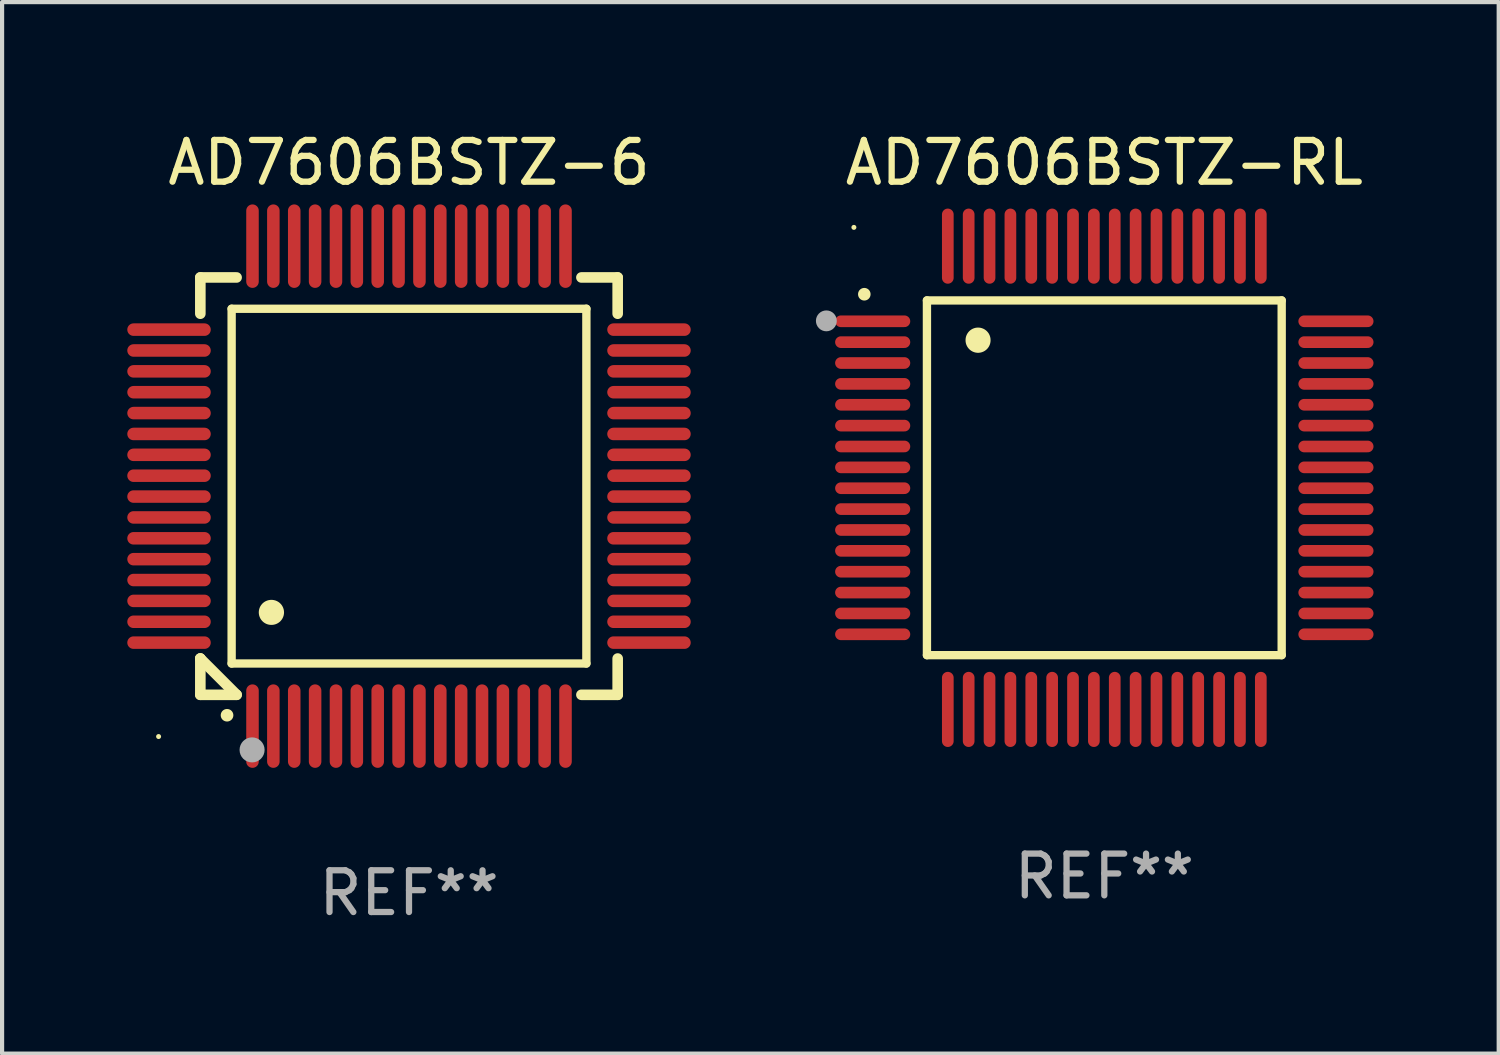
<source format=kicad_pcb>
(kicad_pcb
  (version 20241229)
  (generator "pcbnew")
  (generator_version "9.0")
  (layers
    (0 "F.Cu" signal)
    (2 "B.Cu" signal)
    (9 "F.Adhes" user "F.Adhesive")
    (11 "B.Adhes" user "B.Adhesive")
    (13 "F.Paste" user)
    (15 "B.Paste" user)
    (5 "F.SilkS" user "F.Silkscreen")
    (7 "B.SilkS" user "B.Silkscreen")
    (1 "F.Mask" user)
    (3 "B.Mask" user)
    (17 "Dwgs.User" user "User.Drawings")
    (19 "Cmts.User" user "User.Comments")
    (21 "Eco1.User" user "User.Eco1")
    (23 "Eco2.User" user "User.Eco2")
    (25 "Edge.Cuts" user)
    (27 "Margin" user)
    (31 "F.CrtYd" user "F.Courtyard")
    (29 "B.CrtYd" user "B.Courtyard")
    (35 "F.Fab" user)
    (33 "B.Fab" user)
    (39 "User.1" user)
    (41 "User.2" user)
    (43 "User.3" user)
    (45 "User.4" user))
  (footprint "AD7606BSTZ-RL"
    (layer "F.Cu")
    (at 23.41 8.398)
    (property "Reference" "AD7606BSTZ-RL" (at 0 -7.55 0) (layer "F.SilkS") (effects (font (size 1 1) (thickness 0.15))))
    (attr through_hole)
    (fp_line (start -4.25 -4.25) (end -4.25 4.25) (stroke (width 0.2) (type solid)) (layer "F.SilkS"))
    (fp_line (start -4.25 4.25) (end 4.25 4.25) (stroke (width 0.2) (type solid)) (layer "F.SilkS"))
    (fp_line (start 4.25 -4.25) (end -4.25 -4.25) (stroke (width 0.2) (type solid)) (layer "F.SilkS"))
    (fp_line (start 4.25 4.25) (end 4.25 -4.25) (stroke (width 0.2) (type solid)) (layer "F.SilkS"))
    (fp_arc (start -5.750572 -4.396749) (mid -5.750577 -4.398019) (end -5.750572 -4.399289) (stroke (width 0.3) (type solid)) (layer "F.SilkS"))
    (fp_arc (start -3.025146 -3.294387) (mid -3.025157 -3.296927) (end -3.025146 -3.299467) (stroke (width 0.6) (type solid)) (layer "F.SilkS"))
    (fp_circle (center -6 -6) (end -5.97 -6) (stroke (width 0.06) (type solid)) (fill no) (layer "F.SilkS"))
    (fp_circle (center -6.66 -3.76) (end -6.535 -3.76) (stroke (width 0.25) (type solid)) (fill no) (layer "F.Fab"))
    (fp_text user "REF**" (at 0 9.55 0) (layer "F.Fab") (effects (font (size 1 1) (thickness 0.15))))
    (pad "1" smd oval (at -5.55 -3.75) (size 1.8 0.28) (layers "F.Cu" "F.Mask" "F.Paste"))
    (pad "2" smd oval (at -5.55 -3.25) (size 1.8 0.28) (layers "F.Cu" "F.Mask" "F.Paste"))
    (pad "3" smd oval (at -5.55 -2.75) (size 1.8 0.28) (layers "F.Cu" "F.Mask" "F.Paste"))
    (pad "4" smd oval (at -5.55 -2.25) (size 1.8 0.28) (layers "F.Cu" "F.Mask" "F.Paste"))
    (pad "5" smd oval (at -5.55 -1.75) (size 1.8 0.28) (layers "F.Cu" "F.Mask" "F.Paste"))
    (pad "6" smd oval (at -5.55 -1.25) (size 1.8 0.28) (layers "F.Cu" "F.Mask" "F.Paste"))
    (pad "7" smd oval (at -5.55 -0.75) (size 1.8 0.28) (layers "F.Cu" "F.Mask" "F.Paste"))
    (pad "8" smd oval (at -5.55 -0.25) (size 1.8 0.28) (layers "F.Cu" "F.Mask" "F.Paste"))
    (pad "9" smd oval (at -5.55 0.25) (size 1.8 0.28) (layers "F.Cu" "F.Mask" "F.Paste"))
    (pad "10" smd oval (at -5.55 0.75) (size 1.8 0.28) (layers "F.Cu" "F.Mask" "F.Paste"))
    (pad "11" smd oval (at -5.55 1.25) (size 1.8 0.28) (layers "F.Cu" "F.Mask" "F.Paste"))
    (pad "12" smd oval (at -5.55 1.75) (size 1.8 0.28) (layers "F.Cu" "F.Mask" "F.Paste"))
    (pad "13" smd oval (at -5.55 2.25) (size 1.8 0.28) (layers "F.Cu" "F.Mask" "F.Paste"))
    (pad "14" smd oval (at -5.55 2.75) (size 1.8 0.28) (layers "F.Cu" "F.Mask" "F.Paste"))
    (pad "15" smd oval (at -5.55 3.25) (size 1.8 0.28) (layers "F.Cu" "F.Mask" "F.Paste"))
    (pad "16" smd oval (at -5.55 3.75) (size 1.8 0.28) (layers "F.Cu" "F.Mask" "F.Paste"))
    (pad "17" smd oval (at -3.75 5.55) (size 0.28 1.8) (layers "F.Cu" "F.Mask" "F.Paste"))
    (pad "18" smd oval (at -3.25 5.55) (size 0.28 1.8) (layers "F.Cu" "F.Mask" "F.Paste"))
    (pad "19" smd oval (at -2.75 5.55) (size 0.28 1.8) (layers "F.Cu" "F.Mask" "F.Paste"))
    (pad "20" smd oval (at -2.25 5.55) (size 0.28 1.8) (layers "F.Cu" "F.Mask" "F.Paste"))
    (pad "21" smd oval (at -1.75 5.55) (size 0.28 1.8) (layers "F.Cu" "F.Mask" "F.Paste"))
    (pad "22" smd oval (at -1.25 5.55) (size 0.28 1.8) (layers "F.Cu" "F.Mask" "F.Paste"))
    (pad "23" smd oval (at -0.75 5.55) (size 0.28 1.8) (layers "F.Cu" "F.Mask" "F.Paste"))
    (pad "24" smd oval (at -0.25 5.55) (size 0.28 1.8) (layers "F.Cu" "F.Mask" "F.Paste"))
    (pad "25" smd oval (at 0.25 5.55) (size 0.28 1.8) (layers "F.Cu" "F.Mask" "F.Paste"))
    (pad "26" smd oval (at 0.75 5.55) (size 0.28 1.8) (layers "F.Cu" "F.Mask" "F.Paste"))
    (pad "27" smd oval (at 1.25 5.55) (size 0.28 1.8) (layers "F.Cu" "F.Mask" "F.Paste"))
    (pad "28" smd oval (at 1.75 5.55) (size 0.28 1.8) (layers "F.Cu" "F.Mask" "F.Paste"))
    (pad "29" smd oval (at 2.25 5.55) (size 0.28 1.8) (layers "F.Cu" "F.Mask" "F.Paste"))
    (pad "30" smd oval (at 2.75 5.55) (size 0.28 1.8) (layers "F.Cu" "F.Mask" "F.Paste"))
    (pad "31" smd oval (at 3.25 5.55) (size 0.28 1.8) (layers "F.Cu" "F.Mask" "F.Paste"))
    (pad "32" smd oval (at 3.75 5.55) (size 0.28 1.8) (layers "F.Cu" "F.Mask" "F.Paste"))
    (pad "33" smd oval (at 5.55 3.75) (size 1.8 0.28) (layers "F.Cu" "F.Mask" "F.Paste"))
    (pad "34" smd oval (at 5.55 3.25) (size 1.8 0.28) (layers "F.Cu" "F.Mask" "F.Paste"))
    (pad "35" smd oval (at 5.55 2.75) (size 1.8 0.28) (layers "F.Cu" "F.Mask" "F.Paste"))
    (pad "36" smd oval (at 5.55 2.25) (size 1.8 0.28) (layers "F.Cu" "F.Mask" "F.Paste"))
    (pad "37" smd oval (at 5.55 1.75) (size 1.8 0.28) (layers "F.Cu" "F.Mask" "F.Paste"))
    (pad "38" smd oval (at 5.55 1.25) (size 1.8 0.28) (layers "F.Cu" "F.Mask" "F.Paste"))
    (pad "39" smd oval (at 5.55 0.75) (size 1.8 0.28) (layers "F.Cu" "F.Mask" "F.Paste"))
    (pad "40" smd oval (at 5.55 0.25) (size 1.8 0.28) (layers "F.Cu" "F.Mask" "F.Paste"))
    (pad "41" smd oval (at 5.55 -0.25) (size 1.8 0.28) (layers "F.Cu" "F.Mask" "F.Paste"))
    (pad "42" smd oval (at 5.55 -0.75) (size 1.8 0.28) (layers "F.Cu" "F.Mask" "F.Paste"))
    (pad "43" smd oval (at 5.55 -1.25) (size 1.8 0.28) (layers "F.Cu" "F.Mask" "F.Paste"))
    (pad "44" smd oval (at 5.55 -1.75) (size 1.8 0.28) (layers "F.Cu" "F.Mask" "F.Paste"))
    (pad "45" smd oval (at 5.55 -2.25) (size 1.8 0.28) (layers "F.Cu" "F.Mask" "F.Paste"))
    (pad "46" smd oval (at 5.55 -2.75) (size 1.8 0.28) (layers "F.Cu" "F.Mask" "F.Paste"))
    (pad "47" smd oval (at 5.55 -3.25) (size 1.8 0.28) (layers "F.Cu" "F.Mask" "F.Paste"))
    (pad "48" smd oval (at 5.55 -3.75) (size 1.8 0.28) (layers "F.Cu" "F.Mask" "F.Paste"))
    (pad "49" smd oval (at 3.75 -5.55) (size 0.28 1.8) (layers "F.Cu" "F.Mask" "F.Paste"))
    (pad "50" smd oval (at 3.25 -5.55) (size 0.28 1.8) (layers "F.Cu" "F.Mask" "F.Paste"))
    (pad "51" smd oval (at 2.75 -5.55) (size 0.28 1.8) (layers "F.Cu" "F.Mask" "F.Paste"))
    (pad "52" smd oval (at 2.25 -5.55) (size 0.28 1.8) (layers "F.Cu" "F.Mask" "F.Paste"))
    (pad "53" smd oval (at 1.75 -5.55) (size 0.28 1.8) (layers "F.Cu" "F.Mask" "F.Paste"))
    (pad "54" smd oval (at 1.25 -5.55) (size 0.28 1.8) (layers "F.Cu" "F.Mask" "F.Paste"))
    (pad "55" smd oval (at 0.75 -5.55) (size 0.28 1.8) (layers "F.Cu" "F.Mask" "F.Paste"))
    (pad "56" smd oval (at 0.25 -5.55) (size 0.28 1.8) (layers "F.Cu" "F.Mask" "F.Paste"))
    (pad "57" smd oval (at -0.25 -5.55) (size 0.28 1.8) (layers "F.Cu" "F.Mask" "F.Paste"))
    (pad "58" smd oval (at -0.75 -5.55) (size 0.28 1.8) (layers "F.Cu" "F.Mask" "F.Paste"))
    (pad "59" smd oval (at -1.25 -5.55) (size 0.28 1.8) (layers "F.Cu" "F.Mask" "F.Paste"))
    (pad "60" smd oval (at -1.75 -5.55) (size 0.28 1.8) (layers "F.Cu" "F.Mask" "F.Paste"))
    (pad "61" smd oval (at -2.25 -5.55) (size 0.28 1.8) (layers "F.Cu" "F.Mask" "F.Paste"))
    (pad "62" smd oval (at -2.75 -5.55) (size 0.28 1.8) (layers "F.Cu" "F.Mask" "F.Paste"))
    (pad "63" smd oval (at -3.25 -5.55) (size 0.28 1.8) (layers "F.Cu" "F.Mask" "F.Paste"))
    (pad "64" smd oval (at -3.75 -5.55) (size 0.28 1.8) (layers "F.Cu" "F.Mask" "F.Paste")))
  (footprint "AD7606BSTZ-6"
    (layer "F.Cu")
    (at 6.75 8.598)
    (property "Reference" "AD7606BSTZ-6" (at 0 -7.75 0) (layer "F.SilkS") (effects (font (size 1 1) (thickness 0.15))))
    (attr through_hole)
    (fp_line (start -5 -5) (end -4.131 -5) (stroke (width 0.254) (type solid)) (layer "F.SilkS"))
    (fp_line (start -5 -4.131) (end -5 -5) (stroke (width 0.254) (type solid)) (layer "F.SilkS"))
    (fp_line (start -5 4.131) (end -5 4.131) (stroke (width 0.254) (type solid)) (layer "F.SilkS"))
    (fp_line (start -5 5) (end -5 4.131) (stroke (width 0.254) (type solid)) (layer "F.SilkS"))
    (fp_line (start -5 4.131) (end -4.131 5) (stroke (width 0.254) (type solid)) (layer "F.SilkS"))
    (fp_line (start -4.25 -4.25) (end -4.25 4.25) (stroke (width 0.2) (type solid)) (layer "F.SilkS"))
    (fp_line (start -4.25 4.25) (end 4.25 4.25) (stroke (width 0.2) (type solid)) (layer "F.SilkS"))
    (fp_line (start -4.131 5) (end -5 5) (stroke (width 0.254) (type solid)) (layer "F.SilkS"))
    (fp_line (start 4.25 -4.25) (end -4.25 -4.25) (stroke (width 0.2) (type solid)) (layer "F.SilkS"))
    (fp_line (start 4.25 4.25) (end 4.25 -4.25) (stroke (width 0.2) (type solid)) (layer "F.SilkS"))
    (fp_line (start 5 -5) (end 4.131 -5) (stroke (width 0.254) (type solid)) (layer "F.SilkS"))
    (fp_line (start 5 -5) (end 5 -4.131) (stroke (width 0.254) (type solid)) (layer "F.SilkS"))
    (fp_line (start 5 4.131) (end 5 5) (stroke (width 0.254) (type solid)) (layer "F.SilkS"))
    (fp_line (start 5 5) (end 4.131 5) (stroke (width 0.254) (type solid)) (layer "F.SilkS"))
    (fp_arc (start -4.361265 5.489992) (mid -4.359995 5.489987) (end -4.358725 5.489992) (stroke (width 0.3) (type solid)) (layer "F.SilkS"))
    (fp_arc (start -3.299467 3.025146) (mid -3.296927 3.025135) (end -3.294387 3.025146) (stroke (width 0.6) (type solid)) (layer "F.SilkS"))
    (fp_circle (center -6 6) (end -5.97 6) (stroke (width 0.06) (type solid)) (fill no) (layer "F.SilkS"))
    (fp_circle (center -3.76 6.32) (end -3.61 6.32) (stroke (width 0.3) (type solid)) (fill no) (layer "F.Fab"))
    (fp_text user "REF**" (at 0 9.75 0) (layer "F.Fab") (effects (font (size 1 1) (thickness 0.15))))
    (pad "1" smd oval (at -3.75 5.75) (size 0.3 2) (layers "F.Cu" "F.Mask" "F.Paste"))
    (pad "2" smd oval (at -3.25 5.75) (size 0.3 2) (layers "F.Cu" "F.Mask" "F.Paste"))
    (pad "3" smd oval (at -2.75 5.75) (size 0.3 2) (layers "F.Cu" "F.Mask" "F.Paste"))
    (pad "4" smd oval (at -2.25 5.75) (size 0.3 2) (layers "F.Cu" "F.Mask" "F.Paste"))
    (pad "5" smd oval (at -1.75 5.75) (size 0.3 2) (layers "F.Cu" "F.Mask" "F.Paste"))
    (pad "6" smd oval (at -1.25 5.75) (size 0.3 2) (layers "F.Cu" "F.Mask" "F.Paste"))
    (pad "7" smd oval (at -0.75 5.75) (size 0.3 2) (layers "F.Cu" "F.Mask" "F.Paste"))
    (pad "8" smd oval (at -0.25 5.75) (size 0.3 2) (layers "F.Cu" "F.Mask" "F.Paste"))
    (pad "9" smd oval (at 0.25 5.75) (size 0.3 2) (layers "F.Cu" "F.Mask" "F.Paste"))
    (pad "10" smd oval (at 0.75 5.75) (size 0.3 2) (layers "F.Cu" "F.Mask" "F.Paste"))
    (pad "11" smd oval (at 1.25 5.75) (size 0.3 2) (layers "F.Cu" "F.Mask" "F.Paste"))
    (pad "12" smd oval (at 1.75 5.75) (size 0.3 2) (layers "F.Cu" "F.Mask" "F.Paste"))
    (pad "13" smd oval (at 2.25 5.75) (size 0.3 2) (layers "F.Cu" "F.Mask" "F.Paste"))
    (pad "14" smd oval (at 2.75 5.75) (size 0.3 2) (layers "F.Cu" "F.Mask" "F.Paste"))
    (pad "15" smd oval (at 3.25 5.75) (size 0.3 2) (layers "F.Cu" "F.Mask" "F.Paste"))
    (pad "16" smd oval (at 3.75 5.75) (size 0.3 2) (layers "F.Cu" "F.Mask" "F.Paste"))
    (pad "17" smd oval (at 5.75 3.75) (size 2 0.3) (layers "F.Cu" "F.Mask" "F.Paste"))
    (pad "18" smd oval (at 5.75 3.25) (size 2 0.3) (layers "F.Cu" "F.Mask" "F.Paste"))
    (pad "19" smd oval (at 5.75 2.75) (size 2 0.3) (layers "F.Cu" "F.Mask" "F.Paste"))
    (pad "20" smd oval (at 5.75 2.25) (size 2 0.3) (layers "F.Cu" "F.Mask" "F.Paste"))
    (pad "21" smd oval (at 5.75 1.75) (size 2 0.3) (layers "F.Cu" "F.Mask" "F.Paste"))
    (pad "22" smd oval (at 5.75 1.25) (size 2 0.3) (layers "F.Cu" "F.Mask" "F.Paste"))
    (pad "23" smd oval (at 5.75 0.75) (size 2 0.3) (layers "F.Cu" "F.Mask" "F.Paste"))
    (pad "24" smd oval (at 5.75 0.25) (size 2 0.3) (layers "F.Cu" "F.Mask" "F.Paste"))
    (pad "25" smd oval (at 5.75 -0.25) (size 2 0.3) (layers "F.Cu" "F.Mask" "F.Paste"))
    (pad "26" smd oval (at 5.75 -0.75) (size 2 0.3) (layers "F.Cu" "F.Mask" "F.Paste"))
    (pad "27" smd oval (at 5.75 -1.25) (size 2 0.3) (layers "F.Cu" "F.Mask" "F.Paste"))
    (pad "28" smd oval (at 5.75 -1.75) (size 2 0.3) (layers "F.Cu" "F.Mask" "F.Paste"))
    (pad "29" smd oval (at 5.75 -2.25) (size 2 0.3) (layers "F.Cu" "F.Mask" "F.Paste"))
    (pad "30" smd oval (at 5.75 -2.75) (size 2 0.3) (layers "F.Cu" "F.Mask" "F.Paste"))
    (pad "31" smd oval (at 5.75 -3.25) (size 2 0.3) (layers "F.Cu" "F.Mask" "F.Paste"))
    (pad "32" smd oval (at 5.75 -3.75) (size 2 0.3) (layers "F.Cu" "F.Mask" "F.Paste"))
    (pad "33" smd oval (at 3.75 -5.75) (size 0.3 2) (layers "F.Cu" "F.Mask" "F.Paste"))
    (pad "34" smd oval (at 3.25 -5.75) (size 0.3 2) (layers "F.Cu" "F.Mask" "F.Paste"))
    (pad "35" smd oval (at 2.75 -5.75) (size 0.3 2) (layers "F.Cu" "F.Mask" "F.Paste"))
    (pad "36" smd oval (at 2.25 -5.75) (size 0.3 2) (layers "F.Cu" "F.Mask" "F.Paste"))
    (pad "37" smd oval (at 1.75 -5.75) (size 0.3 2) (layers "F.Cu" "F.Mask" "F.Paste"))
    (pad "38" smd oval (at 1.25 -5.75) (size 0.3 2) (layers "F.Cu" "F.Mask" "F.Paste"))
    (pad "39" smd oval (at 0.75 -5.75) (size 0.3 2) (layers "F.Cu" "F.Mask" "F.Paste"))
    (pad "40" smd oval (at 0.25 -5.75) (size 0.3 2) (layers "F.Cu" "F.Mask" "F.Paste"))
    (pad "41" smd oval (at -0.25 -5.75) (size 0.3 2) (layers "F.Cu" "F.Mask" "F.Paste"))
    (pad "42" smd oval (at -0.75 -5.75) (size 0.3 2) (layers "F.Cu" "F.Mask" "F.Paste"))
    (pad "43" smd oval (at -1.25 -5.75) (size 0.3 2) (layers "F.Cu" "F.Mask" "F.Paste"))
    (pad "44" smd oval (at -1.75 -5.75) (size 0.3 2) (layers "F.Cu" "F.Mask" "F.Paste"))
    (pad "45" smd oval (at -2.25 -5.75) (size 0.3 2) (layers "F.Cu" "F.Mask" "F.Paste"))
    (pad "46" smd oval (at -2.75 -5.75) (size 0.3 2) (layers "F.Cu" "F.Mask" "F.Paste"))
    (pad "47" smd oval (at -3.25 -5.75) (size 0.3 2) (layers "F.Cu" "F.Mask" "F.Paste"))
    (pad "48" smd oval (at -3.75 -5.75) (size 0.3 2) (layers "F.Cu" "F.Mask" "F.Paste"))
    (pad "49" smd oval (at -5.75 -3.75) (size 2 0.3) (layers "F.Cu" "F.Mask" "F.Paste"))
    (pad "50" smd oval (at -5.75 -3.25) (size 2 0.3) (layers "F.Cu" "F.Mask" "F.Paste"))
    (pad "51" smd oval (at -5.75 -2.75) (size 2 0.3) (layers "F.Cu" "F.Mask" "F.Paste"))
    (pad "52" smd oval (at -5.75 -2.25) (size 2 0.3) (layers "F.Cu" "F.Mask" "F.Paste"))
    (pad "53" smd oval (at -5.75 -1.75) (size 2 0.3) (layers "F.Cu" "F.Mask" "F.Paste"))
    (pad "54" smd oval (at -5.75 -1.25) (size 2 0.3) (layers "F.Cu" "F.Mask" "F.Paste"))
    (pad "55" smd oval (at -5.75 -0.75) (size 2 0.3) (layers "F.Cu" "F.Mask" "F.Paste"))
    (pad "56" smd oval (at -5.75 -0.25) (size 2 0.3) (layers "F.Cu" "F.Mask" "F.Paste"))
    (pad "57" smd oval (at -5.75 0.25) (size 2 0.3) (layers "F.Cu" "F.Mask" "F.Paste"))
    (pad "58" smd oval (at -5.75 0.75) (size 2 0.3) (layers "F.Cu" "F.Mask" "F.Paste"))
    (pad "59" smd oval (at -5.75 1.25) (size 2 0.3) (layers "F.Cu" "F.Mask" "F.Paste"))
    (pad "60" smd oval (at -5.75 1.75) (size 2 0.3) (layers "F.Cu" "F.Mask" "F.Paste"))
    (pad "61" smd oval (at -5.75 2.25) (size 2 0.3) (layers "F.Cu" "F.Mask" "F.Paste"))
    (pad "62" smd oval (at -5.75 2.75) (size 2 0.3) (layers "F.Cu" "F.Mask" "F.Paste"))
    (pad "63" smd oval (at -5.75 3.25) (size 2 0.3) (layers "F.Cu" "F.Mask" "F.Paste"))
    (pad "64" smd oval (at -5.75 3.75) (size 2 0.3) (layers "F.Cu" "F.Mask" "F.Paste")))
  (gr_rect
    (start -3 -3)
    (end 32.86 22.196)
    (stroke (width 0.1) (type default))
    (fill no)
    (layer "Edge.Cuts")))
</source>
